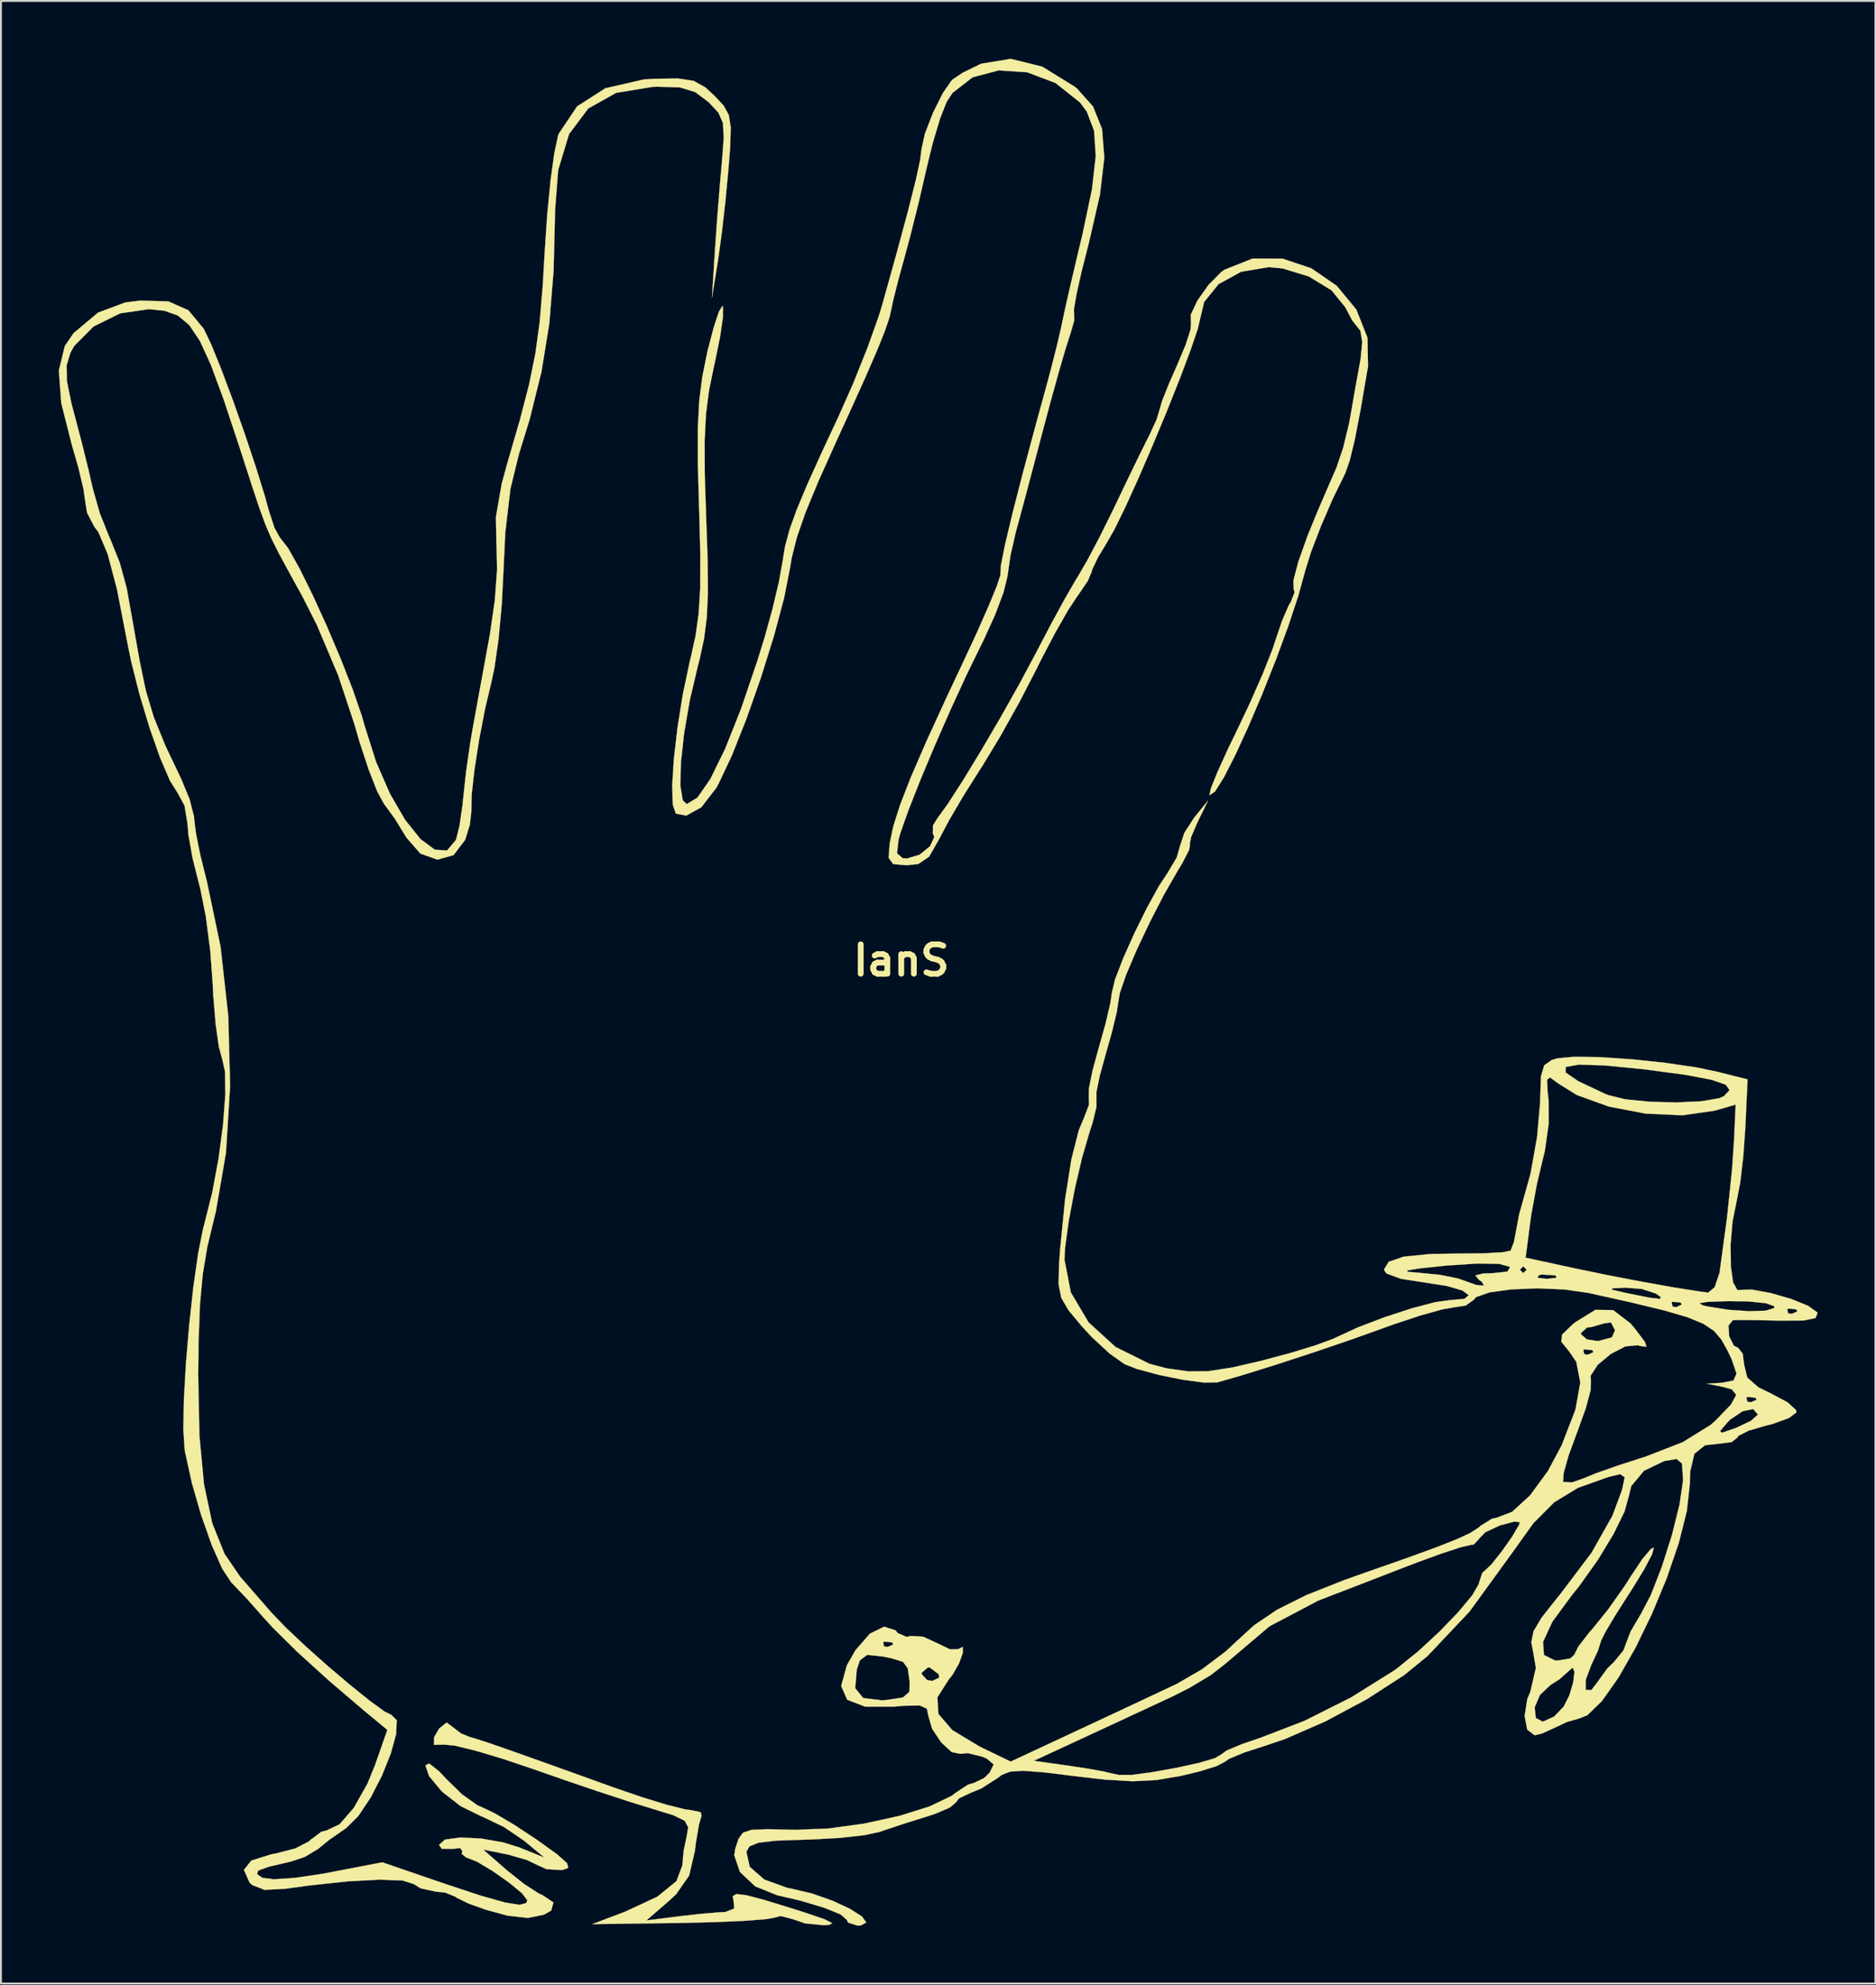
<source format=kicad_pcb>
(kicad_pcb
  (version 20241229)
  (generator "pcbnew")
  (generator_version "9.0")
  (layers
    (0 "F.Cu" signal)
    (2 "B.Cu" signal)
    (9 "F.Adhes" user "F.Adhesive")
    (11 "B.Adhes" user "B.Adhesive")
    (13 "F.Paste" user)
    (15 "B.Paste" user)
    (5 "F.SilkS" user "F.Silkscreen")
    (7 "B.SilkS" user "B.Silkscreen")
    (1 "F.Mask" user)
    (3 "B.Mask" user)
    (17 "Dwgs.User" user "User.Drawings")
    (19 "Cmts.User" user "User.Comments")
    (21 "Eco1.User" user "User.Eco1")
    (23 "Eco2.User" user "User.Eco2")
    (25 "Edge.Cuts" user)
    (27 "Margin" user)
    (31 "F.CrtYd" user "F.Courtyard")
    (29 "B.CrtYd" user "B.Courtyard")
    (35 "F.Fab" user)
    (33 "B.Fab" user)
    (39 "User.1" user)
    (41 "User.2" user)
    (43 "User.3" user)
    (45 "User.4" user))
  (footprint "IanS"
    (layer "F.Cu")
    (at 43.723 46.798)
    (property "Reference" "IanS" (at 0 0 0) (layer "F.SilkS") (effects (font (size 1.524 1.524) (thickness 0.3))))
    (attr through_hole)
    (fp_poly (pts (xy -23.372 39.718) (xy -22.834 40.127) (xy -22.401 40.299) (xy -21.998 40.42) (xy -21.427 40.607) (xy -20.592 40.895) (xy -19.401 41.317) (xy -17.758 41.904) (xy -15.57 42.692) (xy -14.92 42.926) (xy -13.441 43.433) (xy -12.144 43.829) (xy -11.216 44.061) (xy -10.931 44.097) (xy -10.414 44.204) (xy -10.362 44.377) (xy -10.504 44.873) (xy -10.658 45.794) (xy -10.713 46.229) (xy -11.008 47.494) (xy -11.677 48.457) (xy -12.06 48.813) (xy -13.229 49.825) (xy -11.504 49.607) (xy -10.35 49.477) (xy -9.409 49.399) (xy -9.134 49.389) (xy -8.669 49.206) (xy -8.699 48.842) (xy -8.748 48.567) (xy -8.56 48.454) (xy -8.034 48.517) (xy -7.07 48.773) (xy -5.567 49.236) (xy -5.026 49.408) (xy -3.987 49.761) (xy -3.579 49.965) (xy -3.749 50.056) (xy -4.057 50.07) (xy -4.997 49.976) (xy -5.628 49.76) (xy -6.262 49.594) (xy -6.51 49.664) (xy -6.985 49.755) (xy -8.021 49.838) (xy -9.47 49.906) (xy -11.189 49.951) (xy -11.456 49.955) (xy -16.033 50.017) (xy -14.327 49.369) (xy -12.66 48.592) (xy -11.667 47.785) (xy -11.362 46.975) (xy -11.29 46.185) (xy -11.143 45.5) (xy -11.058 44.993) (xy -11.238 44.653) (xy -11.823 44.366) (xy -12.946 44.02) (xy -14.122 43.657) (xy -15.732 43.13) (xy -17.548 42.513) (xy -19.05 41.987) (xy -20.673 41.44) (xy -22.094 41.015) (xy -23.162 40.754) (xy -23.723 40.7) (xy -23.724 40.701) (xy -24.253 40.713) (xy -24.242 40.315) (xy -23.983 39.864) (xy -23.591 39.553) (xy -23.372 39.718)) (stroke (width 0.01) (type solid)) (fill yes) (layer "F.SilkS"))
    (fp_poly (pts (xy 7.317 -46.388) (xy 8.996 -45.351) (xy 9.129 -45.242) (xy 9.953 -44.317) (xy 10.419 -43.156) (xy 10.536 -41.663) (xy 10.31 -39.741) (xy 9.748 -37.293) (xy 9.734 -37.238) (xy 9.362 -35.772) (xy 9.094 -34.578) (xy 8.962 -33.808) (xy 8.968 -33.601) (xy 8.972 -33.194) (xy 8.772 -32.507) (xy 8.543 -31.8) (xy 8.188 -30.586) (xy 7.76 -29.042) (xy 7.352 -27.517) (xy 6.896 -25.788) (xy 6.473 -24.191) (xy 6.131 -22.918) (xy 5.942 -22.225) (xy 5.673 -21.046) (xy 5.51 -19.937) (xy 5.51 -19.932) (xy 5.308 -19.107) (xy 4.856 -17.906) (xy 4.246 -16.57) (xy 4.156 -16.392) (xy 3.391 -14.828) (xy 2.563 -13.027) (xy 1.738 -11.148) (xy 0.984 -9.349) (xy 0.37 -7.791) (xy -0.039 -6.633) (xy -0.143 -6.262) (xy -0.22 -5.558) (xy 0.068 -5.308) (xy 0.303 -5.292) (xy 0.951 -5.486) (xy 1.494 -5.928) (xy 1.716 -6.406) (xy 1.637 -6.594) (xy 1.645 -7.007) (xy 1.877 -7.38) (xy 2.431 -8.147) (xy 3.226 -9.383) (xy 4.169 -10.933) (xy 5.17 -12.644) (xy 6.135 -14.36) (xy 6.974 -15.928) (xy 7.06 -16.095) (xy 7.797 -17.502) (xy 8.503 -18.795) (xy 9.054 -19.747) (xy 9.17 -19.932) (xy 9.652 -20.761) (xy 10.301 -21.991) (xy 10.99 -23.381) (xy 11.112 -23.636) (xy 11.771 -25.015) (xy 12.38 -26.269) (xy 12.826 -27.165) (xy 12.885 -27.281) (xy 13.25 -28.072) (xy 13.405 -28.588) (xy 13.406 -28.593) (xy 13.543 -29.059) (xy 13.9 -29.953) (xy 14.313 -30.891) (xy 14.759 -31.956) (xy 15.015 -32.746) (xy 15.033 -33.063) (xy 15.023 -33.513) (xy 15.372 -34.251) (xy 15.943 -35.061) (xy 16.603 -35.726) (xy 16.772 -35.849) (xy 18.233 -36.429) (xy 19.778 -36.425) (xy 21.278 -35.924) (xy 22.6 -35.015) (xy 23.615 -33.786) (xy 24.193 -32.324) (xy 24.222 -30.83) (xy 23.845 -28.631) (xy 23.537 -27.036) (xy 23.274 -25.949) (xy 23.038 -25.277) (xy 22.987 -25.175) (xy 22.386 -23.946) (xy 21.772 -22.521) (xy 21.257 -21.179) (xy 20.966 -20.235) (xy 20.601 -18.912) (xy 20.075 -17.327) (xy 19.438 -15.596) (xy 18.737 -13.834) (xy 18.022 -12.156) (xy 17.343 -10.675) (xy 16.747 -9.509) (xy 16.285 -8.77) (xy 16.004 -8.575) (xy 15.993 -8.584) (xy 16.073 -8.944) (xy 16.415 -9.791) (xy 16.957 -10.981) (xy 17.386 -11.866) (xy 18.122 -13.419) (xy 18.785 -14.933) (xy 19.272 -16.171) (xy 19.408 -16.581) (xy 19.764 -17.632) (xy 20.108 -18.428) (xy 20.222 -18.618) (xy 20.416 -19.115) (xy 20.362 -19.267) (xy 20.351 -19.72) (xy 20.602 -20.681) (xy 21.077 -22.021) (xy 21.633 -23.379) (xy 22.131 -24.53) (xy 22.584 -25.576) (xy 22.935 -26.614) (xy 23.243 -27.885) (xy 23.305 -28.222) (xy 23.539 -29.575) (xy 23.783 -30.917) (xy 23.831 -31.168) (xy 23.924 -32.099) (xy 23.824 -32.692) (xy 23.769 -32.755) (xy 23.398 -33.226) (xy 23.045 -33.899) (xy 22.333 -34.776) (xy 21.164 -35.493) (xy 19.785 -35.919) (xy 19.062 -35.983) (xy 17.637 -35.743) (xy 16.468 -35.102) (xy 15.72 -34.179) (xy 15.533 -33.404) (xy 15.391 -32.79) (xy 15.012 -31.674) (xy 14.457 -30.199) (xy 13.782 -28.505) (xy 13.046 -26.734) (xy 12.307 -25.024) (xy 11.624 -23.519) (xy 11.055 -22.358) (xy 10.733 -21.792) (xy 10.212 -20.925) (xy 9.909 -20.295) (xy 9.878 -20.163) (xy 9.678 -19.695) (xy 9.192 -18.979) (xy 9.144 -18.918) (xy 8.657 -18.177) (xy 7.989 -17.007) (xy 7.259 -15.615) (xy 6.993 -15.078) (xy 6.128 -13.403) (xy 5.135 -11.627) (xy 4.208 -10.094) (xy 4.068 -9.878) (xy 3.237 -8.562) (xy 2.483 -7.278) (xy 1.962 -6.295) (xy 1.946 -6.262) (xy 1.441 -5.382) (xy 0.881 -5.003) (xy 0.284 -4.939) (xy -0.423 -5.001) (xy -0.658 -5.33) (xy -0.599 -6.085) (xy -0.412 -6.968) (xy -0.058 -8.083) (xy 0.499 -9.515) (xy 1.294 -11.35) (xy 2.36 -13.674) (xy 3.15 -15.351) (xy 3.907 -16.979) (xy 4.526 -18.377) (xy 4.955 -19.422) (xy 5.145 -19.996) (xy 5.145 -20.062) (xy 5.171 -20.508) (xy 5.383 -21.569) (xy 5.767 -23.184) (xy 6.307 -25.291) (xy 6.988 -27.83) (xy 7.388 -29.281) (xy 7.774 -30.712) (xy 8.104 -32.015) (xy 8.313 -32.926) (xy 8.324 -32.985) (xy 8.49 -33.768) (xy 8.778 -35.038) (xy 9.143 -36.595) (xy 9.413 -37.726) (xy 9.895 -40.008) (xy 10.093 -41.753) (xy 10.005 -43.067) (xy 9.627 -44.061) (xy 9.276 -44.53) (xy 8.006 -45.539) (xy 6.543 -46.094) (xy 5.054 -46.194) (xy 3.703 -45.837) (xy 2.656 -45.024) (xy 2.35 -44.553) (xy 2.017 -43.704) (xy 1.638 -42.441) (xy 1.309 -41.099) (xy 0.928 -39.442) (xy 0.49 -37.685) (xy 0.175 -36.513) (xy -0.156 -35.306) (xy -0.404 -34.327) (xy -0.502 -33.867) (xy -0.615 -33.365) (xy -0.856 -32.655) (xy -1.264 -31.642) (xy -1.876 -30.234) (xy -2.733 -28.336) (xy -3.35 -26.988) (xy -4.301 -24.87) (xy -4.974 -23.239) (xy -5.419 -21.958) (xy -5.687 -20.889) (xy -5.775 -20.357) (xy -6.084 -18.795) (xy -6.609 -16.835) (xy -7.282 -14.684) (xy -8.031 -12.551) (xy -8.787 -10.645) (xy -9.479 -9.176) (xy -9.612 -8.939) (xy -10.383 -7.944) (xy -11.158 -7.517) (xy -11.7 -7.621) (xy -11.858 -8.082) (xy -11.887 -9.083) (xy -11.8 -10.472) (xy -11.611 -12.099) (xy -11.336 -13.813) (xy -10.988 -15.462) (xy -10.93 -15.699) (xy -10.676 -16.845) (xy -10.514 -18.006) (xy -10.434 -19.348) (xy -10.428 -21.04) (xy -10.485 -23.248) (xy -10.495 -23.553) (xy -10.559 -25.851) (xy -10.559 -27.621) (xy -10.485 -29.041) (xy -10.327 -30.286) (xy -10.075 -31.533) (xy -10.045 -31.662) (xy -9.733 -32.862) (xy -9.464 -33.673) (xy -9.284 -33.966) (xy -9.252 -33.928) (xy -9.255 -33.383) (xy -9.404 -32.36) (xy -9.668 -31.063) (xy -9.72 -30.839) (xy -9.974 -29.604) (xy -10.133 -28.377) (xy -10.205 -26.981) (xy -10.199 -25.239) (xy -10.125 -22.972) (xy -10.124 -22.949) (xy -10.048 -20.751) (xy -10.035 -19.088) (xy -10.094 -17.792) (xy -10.235 -16.695) (xy -10.466 -15.63) (xy -10.557 -15.284) (xy -10.971 -13.52) (xy -11.268 -11.808) (xy -11.435 -10.28) (xy -11.463 -9.07) (xy -11.34 -8.31) (xy -11.134 -8.114) (xy -10.578 -8.45) (xy -9.905 -9.423) (xy -9.143 -10.977) (xy -8.316 -13.056) (xy -7.45 -15.607) (xy -7.082 -16.8) (xy -6.678 -18.262) (xy -6.347 -19.663) (xy -6.165 -20.68) (xy -6.034 -21.476) (xy -5.806 -22.335) (xy -5.435 -23.374) (xy -4.874 -24.714) (xy -4.079 -26.472) (xy -3.26 -28.222) (xy -2.489 -29.961) (xy -1.755 -31.794) (xy -1.172 -33.428) (xy -0.984 -34.043) (xy -0.215 -36.799) (xy 0.359 -38.932) (xy 0.753 -40.495) (xy 0.979 -41.541) (xy 1.05 -42.104) (xy 1.224 -42.901) (xy 1.64 -43.977) (xy 2.158 -45.018) (xy 2.632 -45.7) (xy 3.194 -46.077) (xy 4.071 -46.505) (xy 4.163 -46.544) (xy 5.679 -46.793) (xy 7.317 -46.388)) (stroke (width 0.01) (type solid)) (fill yes) (layer "F.SilkS"))
    (fp_poly (pts (xy -10.778 -45.652) (xy -10.174 -45.317) (xy -9.7 -44.884) (xy -9.222 -44.371) (xy -8.952 -43.885) (xy -8.85 -43.232) (xy -8.88 -42.217) (xy -8.966 -41.099) (xy -9.124 -39.428) (xy -9.318 -37.73) (xy -9.506 -36.366) (xy -9.511 -36.336) (xy -9.825 -34.396) (xy -9.675 -36.777) (xy -9.555 -38.485) (xy -9.406 -40.341) (xy -9.309 -41.431) (xy -9.213 -42.688) (xy -9.256 -43.471) (xy -9.491 -44.004) (xy -9.967 -44.514) (xy -10.013 -44.558) (xy -10.7 -45.072) (xy -11.486 -45.311) (xy -12.646 -45.35) (xy -12.888 -45.343) (xy -14.799 -45.028) (xy -16.243 -44.22) (xy -17.239 -42.893) (xy -17.806 -41.025) (xy -17.964 -38.982) (xy -18.043 -35.785) (xy -18.267 -33.055) (xy -18.669 -30.565) (xy -19.284 -28.086) (xy -19.842 -26.282) (xy -20.284 -24.477) (xy -20.549 -22.22) (xy -20.641 -20.285) (xy -20.734 -18.455) (xy -20.902 -16.659) (xy -21.118 -15.153) (xy -21.267 -14.464) (xy -21.6 -13.058) (xy -21.905 -11.471) (xy -22.147 -9.917) (xy -22.294 -8.613) (xy -22.311 -7.774) (xy -22.309 -7.761) (xy -22.387 -7.058) (xy -22.631 -6.262) (xy -23.238 -5.465) (xy -24.076 -5.23) (xy -24.96 -5.549) (xy -25.681 -6.376) (xy -26.275 -7.344) (xy -26.858 -8.147) (xy -27.197 -8.773) (xy -27.637 -9.898) (xy -28.111 -11.335) (xy -28.382 -12.266) (xy -29.223 -14.801) (xy -30.329 -17.413) (xy -31.069 -18.874) (xy -31.792 -20.189) (xy -32.311 -21.147) (xy -32.693 -21.911) (xy -33.008 -22.646) (xy -33.325 -23.516) (xy -33.713 -24.686) (xy -34.241 -26.32) (xy -34.4 -26.811) (xy -35.18 -29.157) (xy -35.828 -30.909) (xy -36.4 -32.155) (xy -36.954 -32.981) (xy -37.548 -33.473) (xy -38.238 -33.719) (xy -39.041 -33.802) (xy -40.54 -33.584) (xy -41.915 -32.904) (xy -42.92 -31.897) (xy -43.119 -31.539) (xy -43.316 -30.882) (xy -43.303 -30.077) (xy -43.065 -28.912) (xy -42.897 -28.275) (xy -42.515 -26.822) (xy -42.168 -25.415) (xy -41.965 -24.518) (xy -41.599 -23.225) (xy -41.099 -21.97) (xy -41.052 -21.874) (xy -40.561 -20.651) (xy -40.199 -19.333) (xy -40.18 -19.228) (xy -39.979 -18.099) (xy -39.72 -16.642) (xy -39.523 -15.533) (xy -39.204 -13.999) (xy -38.79 -12.621) (xy -38.188 -11.14) (xy -37.361 -9.403) (xy -36.934 -8.365) (xy -36.702 -7.46) (xy -36.689 -7.28) (xy -36.599 -6.563) (xy -36.364 -5.414) (xy -36.033 -4.079) (xy -36.025 -4.05) (xy -35.326 -0.708) (xy -34.926 2.887) (xy -34.831 6.519) (xy -35.045 9.977) (xy -35.573 13.047) (xy -35.664 13.406) (xy -36.014 14.866) (xy -36.251 16.285) (xy -36.396 17.865) (xy -36.469 19.805) (xy -36.488 21.519) (xy -36.424 24.657) (xy -36.186 27.192) (xy -35.758 29.211) (xy -35.12 30.8) (xy -34.316 31.977) (xy -33.483 32.934) (xy -32.686 33.847) (xy -32.669 33.867) (xy -31.925 34.64) (xy -30.91 35.597) (xy -29.758 36.624) (xy -28.601 37.606) (xy -27.574 38.432) (xy -26.809 38.986) (xy -26.46 39.158) (xy -26.183 39.433) (xy -26.215 40.153) (xy -26.492 41.164) (xy -26.953 42.313) (xy -27.535 43.444) (xy -28.175 44.403) (xy -28.812 45.036) (xy -28.847 45.059) (xy -29.68 45.637) (xy -30.275 46.121) (xy -30.967 46.534) (xy -31.686 46.772) (xy -32.829 47.04) (xy -33.377 47.238) (xy -33.429 47.424) (xy -33.161 47.611) (xy -32.563 47.689) (xy -31.462 47.615) (xy -30.042 47.404) (xy -29.782 47.355) (xy -26.932 46.808) (xy -23.688 47.922) (xy -21.848 48.531) (xy -20.581 48.89) (xy -19.81 49.015) (xy -19.456 48.92) (xy -19.41 48.772) (xy -19.687 48.411) (xy -20.359 47.856) (xy -21.205 47.262) (xy -22.007 46.781) (xy -22.545 46.568) (xy -22.567 46.567) (xy -22.819 46.367) (xy -22.774 46.247) (xy -22.887 46.067) (xy -23.283 46.112) (xy -23.848 46.104) (xy -23.989 45.902) (xy -23.68 45.629) (xy -22.889 45.521) (xy -21.816 45.571) (xy -20.663 45.773) (xy -19.832 46.034) (xy -18.521 46.561) (xy -19.579 45.683) (xy -20.624 44.974) (xy -21.73 44.443) (xy -21.801 44.418) (xy -22.87 43.892) (xy -23.838 43.137) (xy -24.507 42.331) (xy -24.694 41.776) (xy -24.501 41.678) (xy -23.979 42.091) (xy -23.614 42.481) (xy -22.789 43.286) (xy -21.997 43.847) (xy -21.762 43.95) (xy -21.091 44.268) (xy -20.07 44.872) (xy -18.918 45.633) (xy -18.904 45.643) (xy -17.856 46.398) (xy -17.338 46.858) (xy -17.284 47.103) (xy -17.6 47.211) (xy -18.41 47.163) (xy -18.805 46.987) (xy -19.422 46.69) (xy -20.362 46.418) (xy -20.461 46.397) (xy -21.696 46.147) (xy -20.461 47.226) (xy -19.579 47.929) (xy -18.817 48.423) (xy -18.609 48.518) (xy -18.051 48.893) (xy -18.168 49.313) (xy -18.55 49.528) (xy -19.378 49.696) (xy -20.425 49.579) (xy -21.579 49.264) (xy -22.486 48.936) (xy -23.079 48.642) (xy -23.137 48.595) (xy -23.673 48.379) (xy -24.154 48.331) (xy -24.95 48.157) (xy -25.3 47.936) (xy -25.882 47.753) (xy -27.052 47.708) (xy -28.71 47.796) (xy -30.752 48.014) (xy -31.946 48.179) (xy -33.043 48.239) (xy -33.696 47.983) (xy -33.829 47.847) (xy -34.113 47.202) (xy -33.736 46.721) (xy -32.685 46.389) (xy -32.442 46.347) (xy -31.448 46.087) (xy -30.742 45.725) (xy -30.655 45.641) (xy -30.09 45.219) (xy -29.828 45.156) (xy -29.154 44.838) (xy -28.409 43.979) (xy -27.701 42.721) (xy -27.307 41.752) (xy -26.671 39.936) (xy -27.886 38.93) (xy -29.725 37.359) (xy -31.353 35.879) (xy -32.63 34.617) (xy -33.148 34.046) (xy -33.949 33.141) (xy -34.708 32.344) (xy -34.771 32.282) (xy -35.245 31.561) (xy -35.787 30.336) (xy -36.332 28.794) (xy -36.815 27.124) (xy -37.168 25.513) (xy -37.19 25.384) (xy -37.258 24.346) (xy -37.23 22.797) (xy -37.124 20.924) (xy -36.954 18.913) (xy -36.739 16.95) (xy -36.493 15.222) (xy -36.233 13.916) (xy -36.168 13.675) (xy -35.761 12.059) (xy -35.431 10.286) (xy -35.198 8.53) (xy -35.08 6.964) (xy -35.097 5.762) (xy -35.229 5.164) (xy -35.415 4.48) (xy -35.582 3.301) (xy -35.703 1.84) (xy -35.732 1.235) (xy -35.861 -0.508) (xy -36.091 -2.273) (xy -36.379 -3.732) (xy -36.448 -3.986) (xy -36.776 -5.294) (xy -36.991 -6.497) (xy -37.042 -7.098) (xy -37.196 -8.029) (xy -37.529 -8.652) (xy -37.954 -9.331) (xy -38.468 -10.53) (xy -39.013 -12.079) (xy -39.533 -13.807) (xy -39.972 -15.543) (xy -40.216 -16.757) (xy -40.704 -19.276) (xy -41.187 -21.098) (xy -41.668 -22.232) (xy -41.88 -22.515) (xy -42.257 -23.239) (xy -42.338 -23.75) (xy -42.443 -24.479) (xy -42.714 -25.615) (xy -43.043 -26.754) (xy -43.595 -28.93) (xy -43.718 -30.618) (xy -43.409 -31.892) (xy -42.951 -32.56) (xy -41.687 -33.622) (xy -40.283 -34.146) (xy -39.511 -34.247) (xy -38.039 -34.205) (xy -37.001 -33.749) (xy -36.207 -32.793) (xy -36.194 -32.771) (xy -35.815 -31.98) (xy -35.292 -30.69) (xy -34.688 -29.077) (xy -34.066 -27.318) (xy -33.488 -25.587) (xy -33.017 -24.061) (xy -32.813 -23.32) (xy -32.53 -22.456) (xy -32.245 -21.934) (xy -32.216 -21.909) (xy -31.816 -21.391) (xy -31.237 -20.359) (xy -30.546 -18.962) (xy -29.81 -17.348) (xy -29.095 -15.665) (xy -28.467 -14.061) (xy -27.994 -12.685) (xy -27.847 -12.171) (xy -27.256 -10.306) (xy -26.537 -8.655) (xy -25.748 -7.295) (xy -24.951 -6.3) (xy -24.206 -5.746) (xy -23.572 -5.707) (xy -23.11 -6.258) (xy -23.108 -6.262) (xy -22.926 -6.987) (xy -22.769 -8.064) (xy -22.73 -8.467) (xy -22.586 -9.784) (xy -22.366 -11.313) (xy -22.25 -11.994) (xy -22.012 -13.3) (xy -21.707 -14.97) (xy -21.395 -16.678) (xy -21.348 -16.933) (xy -21.097 -18.66) (xy -20.976 -20.284) (xy -21.004 -21.522) (xy -21.01 -21.566) (xy -21.036 -23.018) (xy -20.736 -24.742) (xy -20.447 -25.799) (xy -19.79 -28.061) (xy -19.318 -29.882) (xy -18.991 -31.488) (xy -18.768 -33.108) (xy -18.61 -34.968) (xy -18.499 -36.858) (xy -18.371 -38.754) (xy -18.2 -40.487) (xy -18.008 -41.889) (xy -17.814 -42.793) (xy -17.771 -42.914) (xy -16.82 -44.331) (xy -15.354 -45.268) (xy -13.378 -45.721) (xy -12.84 -45.758) (xy -11.584 -45.775) (xy -10.778 -45.652)) (stroke (width 0.01) (type solid)) (fill yes) (layer "F.SilkS"))
    (fp_poly (pts (xy 15.358 -7.144) (xy 15.041 -6.4) (xy 14.965 -6.013) (xy 14.988 -5.997) (xy 14.938 -5.733) (xy 14.592 -5.064) (xy 14.358 -4.674) (xy 13.644 -3.433) (xy 12.906 -2.003) (xy 12.223 -0.56) (xy 11.677 0.723) (xy 11.347 1.671) (xy 11.286 2.006) (xy 11.186 2.668) (xy 10.926 3.749) (xy 10.619 4.83) (xy 10.303 5.976) (xy 10.129 6.829) (xy 10.13 7.19) (xy 10.13 7.597) (xy 9.927 8.426) (xy 9.778 8.886) (xy 9.384 10.229) (xy 9.004 11.859) (xy 8.692 13.509) (xy 8.501 14.911) (xy 8.467 15.518) (xy 8.8 17.231) (xy 9.723 18.786) (xy 11.123 20.062) (xy 12.884 20.937) (xy 13.786 21.172) (xy 14.887 21.326) (xy 15.939 21.316) (xy 17.192 21.123) (xy 18.682 20.779) (xy 20.166 20.382) (xy 21.479 19.981) (xy 22.4 19.644) (xy 22.578 19.561) (xy 23.698 19.045) (xy 25.081 18.517) (xy 26.493 18.056) (xy 27.697 17.738) (xy 28.391 17.639) (xy 29.228 17.563) (xy 29.449 17.375) (xy 29.123 17.132) (xy 28.318 16.895) (xy 27.344 16.744) (xy 25.935 16.526) (xy 25.177 16.245) (xy 25.073 16.088) (xy 26.26 16.088) (xy 26.28 16.161) (xy 26.811 16.205) (xy 27.955 16.316) (xy 28.897 16.508) (xy 29.104 16.581) (xy 29.852 16.845) (xy 30.238 16.879) (xy 30.129 16.681) (xy 29.986 16.581) (xy 29.898 16.476) (xy 33.029 16.476) (xy 33.514 16.525) (xy 34.015 16.469) (xy 33.955 16.347) (xy 33.233 16.3) (xy 33.073 16.347) (xy 33.029 16.476) (xy 29.898 16.476) (xy 29.792 16.35) (xy 30.198 16.247) (xy 30.674 16.233) (xy 31.451 16.153) (xy 31.516 16.051) (xy 32.103 16.051) (xy 32.279 16.228) (xy 32.456 16.051) (xy 32.279 15.875) (xy 32.103 16.051) (xy 31.516 16.051) (xy 31.591 15.934) (xy 31.555 15.891) (xy 31.023 15.749) (xy 29.907 15.73) (xy 28.319 15.834) (xy 28.221 15.843) (xy 26.9 15.984) (xy 26.26 16.088) (xy 25.073 16.088) (xy 25.047 16.049) (xy 25.299 15.638) (xy 25.926 15.427) (xy 32.402 15.427) (xy 34.987 15.987) (xy 36.663 16.334) (xy 38.445 16.676) (xy 40.105 16.972) (xy 41.416 17.18) (xy 41.876 17.24) (xy 42.211 16.965) (xy 42.459 16.234) (xy 42.475 16.14) (xy 42.854 13.353) (xy 43.118 10.82) (xy 43.22 9.298) (xy 43.302 7.483) (xy 42.203 7.799) (xy 40.545 8.037) (xy 38.635 7.951) (xy 36.721 7.585) (xy 35.052 6.981) (xy 34.086 6.378) (xy 33.671 6.073) (xy 33.515 6.19) (xy 33.547 6.846) (xy 33.592 7.232) (xy 33.597 8.493) (xy 33.4 9.885) (xy 33.314 10.231) (xy 32.988 11.601) (xy 32.705 13.133) (xy 32.635 13.623) (xy 32.402 15.427) (xy 25.926 15.427) (xy 26.093 15.371) (xy 27.483 15.235) (xy 29.056 15.213) (xy 30.284 15.199) (xy 31.205 15.145) (xy 31.621 15.063) (xy 31.621 15.063) (xy 31.794 14.618) (xy 31.9 14.062) (xy 32.068 13.169) (xy 32.201 12.7) (xy 32.658 11.063) (xy 33 9.135) (xy 33.158 7.33) (xy 33.161 7.082) (xy 33.198 6.012) (xy 33.256 5.815) (xy 34.475 5.815) (xy 35.143 6.272) (xy 36.478 6.9) (xy 36.689 6.989) (xy 37.573 7.206) (xy 38.829 7.333) (xy 40.218 7.369) (xy 41.5 7.311) (xy 42.435 7.156) (xy 42.686 7.05) (xy 42.984 6.731) (xy 42.791 6.451) (xy 42.053 6.194) (xy 40.72 5.941) (xy 38.738 5.674) (xy 38.565 5.653) (xy 36.521 5.45) (xy 35.16 5.407) (xy 34.48 5.528) (xy 34.475 5.815) (xy 33.256 5.815) (xy 33.368 5.442) (xy 33.762 5.167) (xy 34.053 5.081) (xy 34.929 4.999) (xy 36.293 5.021) (xy 37.94 5.133) (xy 39.664 5.315) (xy 41.26 5.551) (xy 42.333 5.774) (xy 43.92 6.174) (xy 43.799 8.761) (xy 43.694 10.22) (xy 43.535 11.552) (xy 43.359 12.462) (xy 43.141 13.548) (xy 43.039 14.741) (xy 43.05 15.856) (xy 43.167 16.705) (xy 43.387 17.103) (xy 43.48 17.104) (xy 44.132 17.082) (xy 45.113 17.26) (xy 46.174 17.566) (xy 47.064 17.925) (xy 47.535 18.265) (xy 47.551 18.3) (xy 47.446 18.56) (xy 46.839 18.685) (xy 45.635 18.695) (xy 44.446 18.669) (xy 43.525 18.661) (xy 43.16 18.668) (xy 42.929 18.949) (xy 42.965 19.506) (xy 43.204 19.993) (xy 43.433 20.108) (xy 43.667 20.411) (xy 43.744 20.991) (xy 43.902 21.647) (xy 44.484 22.156) (xy 45.157 22.486) (xy 45.989 22.93) (xy 46.432 23.333) (xy 46.456 23.455) (xy 46.071 23.746) (xy 45.241 24.05) (xy 44.867 24.145) (xy 43.966 24.408) (xy 43.444 24.676) (xy 43.392 24.762) (xy 43.097 24.997) (xy 42.715 25.047) (xy 41.709 25.163) (xy 41.159 25.606) (xy 40.943 26.522) (xy 40.922 27.188) (xy 40.77 28.566) (xy 40.353 30.228) (xy 39.73 32.05) (xy 38.96 33.907) (xy 38.104 35.673) (xy 37.219 37.223) (xy 36.367 38.432) (xy 35.605 39.175) (xy 35.157 39.351) (xy 34.549 39.523) (xy 33.978 39.792) (xy 33.258 40.121) (xy 32.873 40.217) (xy 32.486 39.924) (xy 32.349 39.214) (xy 32.419 38.773) (xy 32.871 38.773) (xy 32.927 39.315) (xy 33.293 39.511) (xy 33.879 39.245) (xy 34.376 38.727) (xy 34.672 38.141) (xy 34.869 37.474) (xy 34.937 36.928) (xy 34.846 36.702) (xy 34.655 36.865) (xy 34.153 37.312) (xy 33.69 37.607) (xy 33.142 38.123) (xy 32.871 38.773) (xy 32.419 38.773) (xy 32.488 38.336) (xy 32.648 37.951) (xy 32.933 36.723) (xy 32.81 35.989) (xy 32.698 35.382) (xy 32.702 35.364) (xy 33.307 35.364) (xy 33.35 36.048) (xy 33.926 36.331) (xy 34.064 36.336) (xy 34.717 36.231) (xy 34.925 36.036) (xy 35.142 35.606) (xy 35.685 34.902) (xy 35.895 34.662) (xy 36.668 33.704) (xy 37.517 32.504) (xy 37.875 31.945) (xy 38.457 31.073) (xy 38.897 30.549) (xy 39.058 30.474) (xy 38.962 30.828) (xy 38.55 31.609) (xy 37.907 32.66) (xy 37.767 32.874) (xy 37.064 33.976) (xy 36.545 34.848) (xy 36.308 35.327) (xy 36.303 35.357) (xy 36.155 35.825) (xy 35.809 36.567) (xy 35.519 37.343) (xy 35.521 37.855) (xy 35.814 37.867) (xy 36.076 37.528) (xy 36.639 36.749) (xy 36.977 36.424) (xy 37.48 35.809) (xy 37.605 35.467) (xy 37.849 34.831) (xy 38.335 34.002) (xy 38.359 33.968) (xy 38.899 32.941) (xy 39.47 31.476) (xy 39.992 29.832) (xy 40.384 28.266) (xy 40.565 27.036) (xy 40.569 26.883) (xy 40.517 26.113) (xy 40.236 25.875) (xy 39.599 25.981) (xy 38.546 26.485) (xy 37.885 27.277) (xy 37.758 27.795) (xy 37.535 28.604) (xy 36.962 29.773) (xy 36.144 31.122) (xy 35.183 32.471) (xy 34.789 32.962) (xy 33.79 34.321) (xy 33.307 35.364) (xy 32.702 35.364) (xy 32.811 34.817) (xy 33.227 34.116) (xy 34.027 33.1) (xy 34.195 32.898) (xy 35.821 30.745) (xy 36.908 28.82) (xy 37.404 27.484) (xy 37.545 26.823) (xy 37.31 26.663) (xy 36.697 26.809) (xy 35.119 27.371) (xy 33.886 28.12) (xy 32.798 29.215) (xy 31.676 30.784) (xy 29.493 33.79) (xy 27.307 36.107) (xy 26.106 37.086) (xy 24.175 38.336) (xy 22.014 39.493) (xy 19.916 40.409) (xy 18.872 40.761) (xy 17.792 41.113) (xy 17.019 41.434) (xy 16.774 41.601) (xy 16.362 41.816) (xy 15.465 42.094) (xy 14.482 42.329) (xy 13.229 42.541) (xy 11.995 42.602) (xy 10.53 42.514) (xy 8.995 42.333) (xy 7.391 42.136) (xy 6.33 42.057) (xy 5.657 42.1) (xy 5.221 42.268) (xy 5.018 42.421) (xy 4.164 42.97) (xy 3.616 43.197) (xy 3.001 43.485) (xy 2.822 43.712) (xy 2.517 43.968) (xy 1.747 44.296) (xy 1.323 44.434) (xy 0.142 44.803) (xy -0.922 45.158) (xy -1.128 45.232) (xy -1.928 45.402) (xy -3.189 45.541) (xy -4.67 45.624) (xy -5.004 45.632) (xy -6.487 45.683) (xy -7.398 45.788) (xy -7.872 45.975) (xy -8.039 46.259) (xy -7.863 47.043) (xy -7.109 47.704) (xy -5.902 48.138) (xy -5.721 48.171) (xy -4.624 48.431) (xy -3.566 48.803) (xy -2.665 49.221) (xy -2.041 49.619) (xy -1.814 49.93) (xy -2.101 50.087) (xy -2.272 50.094) (xy -2.755 49.939) (xy -2.822 49.798) (xy -3.145 49.515) (xy -4.013 49.161) (xy -5.278 48.787) (xy -6.447 48.515) (xy -7.58 48.057) (xy -8.369 47.313) (xy -8.667 46.445) (xy -8.617 46.108) (xy -8.443 45.582) (xy -8.214 45.27) (xy -7.77 45.123) (xy -6.95 45.089) (xy -5.595 45.119) (xy -5.486 45.122) (xy -3.784 45.054) (xy -1.926 44.799) (xy -0.111 44.402) (xy 1.463 43.91) (xy 2.597 43.369) (xy 2.85 43.18) (xy 3.468 42.774) (xy 3.777 42.686) (xy 4.291 42.442) (xy 4.583 42.16) (xy 4.795 41.727) (xy 4.435 41.422) (xy 4.185 41.32) (xy 3.444 41.141) (xy 3.06 41.178) (xy 2.617 41.088) (xy 2.069 40.581) (xy 1.603 39.883) (xy 1.411 39.225) (xy 1.328 38.834) (xy 0.964 38.67) (xy 0.146 38.682) (xy -0.351 38.726) (xy -1.883 38.726) (xy -2.805 38.371) (xy -3.07 37.771) (xy -2.39 37.771) (xy -1.978 38.281) (xy -1.01 38.4) (xy -0.761 38.384) (xy 0.09 38.253) (xy 0.423 37.955) (xy 0.433 37.416) (xy 0.378 37.042) (xy 1.058 37.042) (xy 1.345 37.351) (xy 1.608 37.394) (xy 1.973 37.223) (xy 1.94 37.042) (xy 1.489 36.702) (xy 1.39 36.689) (xy 1.068 36.958) (xy 1.058 37.042) (xy 0.378 37.042) (xy 0.334 36.736) (xy 0.092 36.404) (xy -0.513 36.217) (xy -0.979 36.123) (xy -1.767 36.042) (xy -2.147 36.321) (xy -2.309 36.805) (xy -2.39 37.771) (xy -3.07 37.771) (xy -3.119 37.659) (xy -2.826 36.589) (xy -2.381 35.806) (xy -2.024 35.395) (xy -0.941 35.395) (xy -0.892 35.605) (xy -0.706 35.631) (xy -0.415 35.501) (xy -0.47 35.395) (xy -0.889 35.353) (xy -0.941 35.395) (xy -2.024 35.395) (xy -1.63 34.943) (xy -0.888 34.578) (xy -0.294 34.769) (xy -0.186 34.91) (xy 0.274 35.107) (xy 0.512 35.059) (xy 1.142 35.1) (xy 1.852 35.429) (xy 2.534 35.756) (xy 2.939 35.749) (xy 3.195 35.628) (xy 3.194 35.94) (xy 2.996 36.489) (xy 2.659 37.078) (xy 2.469 37.313) (xy 1.875 38.245) (xy 1.928 39.109) (xy 2.646 39.945) (xy 4.047 40.791) (xy 4.165 40.849) (xy 5.68 41.581) (xy 5.768 41.54) (xy 6.879 41.54) (xy 8.643 41.788) (xy 9.731 41.954) (xy 10.536 42.101) (xy 10.76 42.157) (xy 11.283 42.274) (xy 11.966 42.271) (xy 12.994 42.135) (xy 14.297 41.9) (xy 15.455 41.647) (xy 16.277 41.404) (xy 16.581 41.227) (xy 16.889 41.005) (xy 17.69 40.669) (xy 18.609 40.357) (xy 20.919 39.468) (xy 23.348 38.248) (xy 25.534 36.881) (xy 25.753 36.724) (xy 26.825 35.858) (xy 27.918 34.848) (xy 28.896 33.835) (xy 29.626 32.959) (xy 29.974 32.361) (xy 29.986 32.283) (xy 30.16 31.77) (xy 30.263 31.691) (xy 30.623 31.351) (xy 31.162 30.673) (xy 31.699 29.91) (xy 32.052 29.312) (xy 32.103 29.156) (xy 31.815 29.125) (xy 31.115 29.309) (xy 31.044 29.333) (xy 30.312 29.678) (xy 29.987 30.007) (xy 29.986 30.021) (xy 29.707 30.315) (xy 29.545 30.337) (xy 29.031 30.458) (xy 28.044 30.78) (xy 26.767 31.245) (xy 26.282 31.43) (xy 24.695 32.045) (xy 23.095 32.663) (xy 21.795 33.164) (xy 21.644 33.222) (xy 19.113 34.556) (xy 16.77 36.542) (xy 16.054 37.095) (xy 14.966 37.748) (xy 14.111 38.182) (xy 12.8 38.793) (xy 11.185 39.544) (xy 9.605 40.277) (xy 9.525 40.314) (xy 6.879 41.54) (xy 5.768 41.54) (xy 9.102 39.984) (xy 10.748 39.215) (xy 12.368 38.456) (xy 13.725 37.819) (xy 14.294 37.551) (xy 15.591 36.8) (xy 16.84 35.86) (xy 17.292 35.436) (xy 18.313 34.502) (xy 19.502 33.699) (xy 21.01 32.945) (xy 22.988 32.159) (xy 24.121 31.757) (xy 26.23 31.019) (xy 27.768 30.459) (xy 28.833 30.038) (xy 29.525 29.716) (xy 29.943 29.45) (xy 30.068 29.34) (xy 30.663 28.972) (xy 30.891 28.928) (xy 31.703 28.616) (xy 32.629 27.767) (xy 33.551 26.512) (xy 34.272 25.165) (xy 34.988 23.315) (xy 35.239 21.9) (xy 35.031 20.832) (xy 34.641 20.266) (xy 34.608 20.226) (xy 35.395 20.226) (xy 35.444 20.436) (xy 35.631 20.461) (xy 35.921 20.332) (xy 35.866 20.226) (xy 35.447 20.184) (xy 35.395 20.226) (xy 34.608 20.226) (xy 34.252 19.787) (xy 34.297 19.417) (xy 34.311 19.403) (xy 35.278 19.403) (xy 35.58 19.668) (xy 36.16 19.756) (xy 36.881 19.563) (xy 37.042 19.189) (xy 36.831 18.79) (xy 36.484 18.836) (xy 35.812 19.026) (xy 35.602 19.05) (xy 35.287 19.319) (xy 35.278 19.403) (xy 34.311 19.403) (xy 34.831 18.899) (xy 34.956 18.793) (xy 36.02 18.136) (xy 36.944 18.147) (xy 37.844 18.838) (xy 38.075 19.113) (xy 38.59 19.795) (xy 38.674 20.054) (xy 38.346 20.009) (xy 38.221 19.97) (xy 37.581 20.031) (xy 36.818 20.425) (xy 36.145 20.988) (xy 35.773 21.556) (xy 35.794 21.852) (xy 35.772 22.32) (xy 35.523 23.243) (xy 35.099 24.426) (xy 35.065 24.511) (xy 34.635 25.686) (xy 34.378 26.593) (xy 34.344 27.05) (xy 34.353 27.062) (xy 34.798 27.094) (xy 35.367 26.896) (xy 36.097 26.601) (xy 37.256 26.194) (xy 38.597 25.762) (xy 38.629 25.752) (xy 40.558 25.001) (xy 41.488 24.426) (xy 42.494 24.426) (xy 42.582 24.516) (xy 43.231 24.294) (xy 43.351 24.249) (xy 44.098 23.893) (xy 44.447 23.582) (xy 44.45 23.559) (xy 44.214 23.285) (xy 43.66 23.397) (xy 43.014 23.834) (xy 42.876 23.974) (xy 42.494 24.426) (xy 41.488 24.426) (xy 42 24.109) (xy 42.245 23.893) (xy 43.054 23.056) (xy 43.252 22.695) (xy 43.862 22.695) (xy 43.91 22.905) (xy 44.097 22.931) (xy 44.388 22.801) (xy 44.332 22.695) (xy 43.914 22.653) (xy 43.862 22.695) (xy 43.252 22.695) (xy 43.333 22.549) (xy 43.103 22.261) (xy 42.598 22.121) (xy 41.804 21.968) (xy 42.598 21.92) (xy 43.19 21.801) (xy 43.348 21.445) (xy 43.097 20.703) (xy 42.868 20.225) (xy 42.555 19.667) (xy 42.176 19.226) (xy 41.625 18.857) (xy 40.799 18.517) (xy 39.594 18.165) (xy 37.906 17.756) (xy 39.981 17.756) (xy 40.03 17.966) (xy 40.217 17.992) (xy 40.507 17.863) (xy 40.471 17.794) (xy 41.407 17.794) (xy 41.615 17.906) (xy 41.804 17.951) (xy 42.922 18.131) (xy 44.003 18.206) (xy 44.858 18.178) (xy 45.085 18.109) (xy 45.979 18.109) (xy 46.027 18.319) (xy 46.214 18.344) (xy 46.504 18.215) (xy 46.449 18.109) (xy 46.03 18.067) (xy 45.979 18.109) (xy 45.085 18.109) (xy 45.297 18.045) (xy 45.304 17.946) (xy 44.877 17.791) (xy 43.959 17.696) (xy 42.93 17.681) (xy 41.833 17.721) (xy 41.407 17.794) (xy 40.471 17.794) (xy 40.452 17.756) (xy 40.033 17.714) (xy 39.981 17.756) (xy 37.906 17.756) (xy 37.903 17.756) (xy 35.677 17.259) (xy 34.475 17.085) (xy 36.869 17.085) (xy 37.484 17.23) (xy 37.747 17.286) (xy 38.863 17.509) (xy 39.386 17.57) (xy 39.41 17.468) (xy 39.158 17.286) (xy 38.43 17.049) (xy 37.571 16.985) (xy 36.908 17.02) (xy 36.869 17.085) (xy 34.475 17.085) (xy 34.414 17.077) (xy 33.01 17.018) (xy 31.653 17.073) (xy 30.53 17.228) (xy 29.829 17.474) (xy 29.698 17.622) (xy 29.292 17.912) (xy 28.762 17.992) (xy 28.072 18.112) (xy 26.93 18.431) (xy 25.543 18.891) (xy 24.999 19.088) (xy 23.335 19.684) (xy 21.405 20.341) (xy 19.442 20.983) (xy 17.682 21.531) (xy 16.404 21.899) (xy 15.711 21.91) (xy 14.607 21.762) (xy 13.359 21.509) (xy 12.228 21.202) (xy 11.589 20.954) (xy 10.825 20.414) (xy 9.892 19.553) (xy 9.355 18.971) (xy 8.678 18.153) (xy 8.304 17.512) (xy 8.164 16.799) (xy 8.188 15.764) (xy 8.244 14.993) (xy 8.499 12.413) (xy 8.829 10.32) (xy 9.218 8.798) (xy 9.473 8.195) (xy 9.742 7.491) (xy 9.733 7.106) (xy 9.738 6.645) (xy 9.925 5.718) (xy 10.243 4.556) (xy 10.598 3.297) (xy 10.847 2.239) (xy 10.933 1.653) (xy 11.094 0.987) (xy 11.51 -0.096) (xy 12.091 -1.398) (xy 12.744 -2.721) (xy 13.376 -3.867) (xy 13.822 -4.545) (xy 14.293 -5.341) (xy 14.472 -5.957) (xy 14.689 -6.619) (xy 15.199 -7.408) (xy 15.917 -8.29) (xy 15.358 -7.144)) (stroke (width 0.01) (type solid)) (fill yes) (layer "F.SilkS")))
  (gr_rect
    (start -3 -3)
    (end 94.279 99.898)
    (stroke (width 0.1) (type default))
    (fill no)
    (layer "Edge.Cuts")))
</source>
